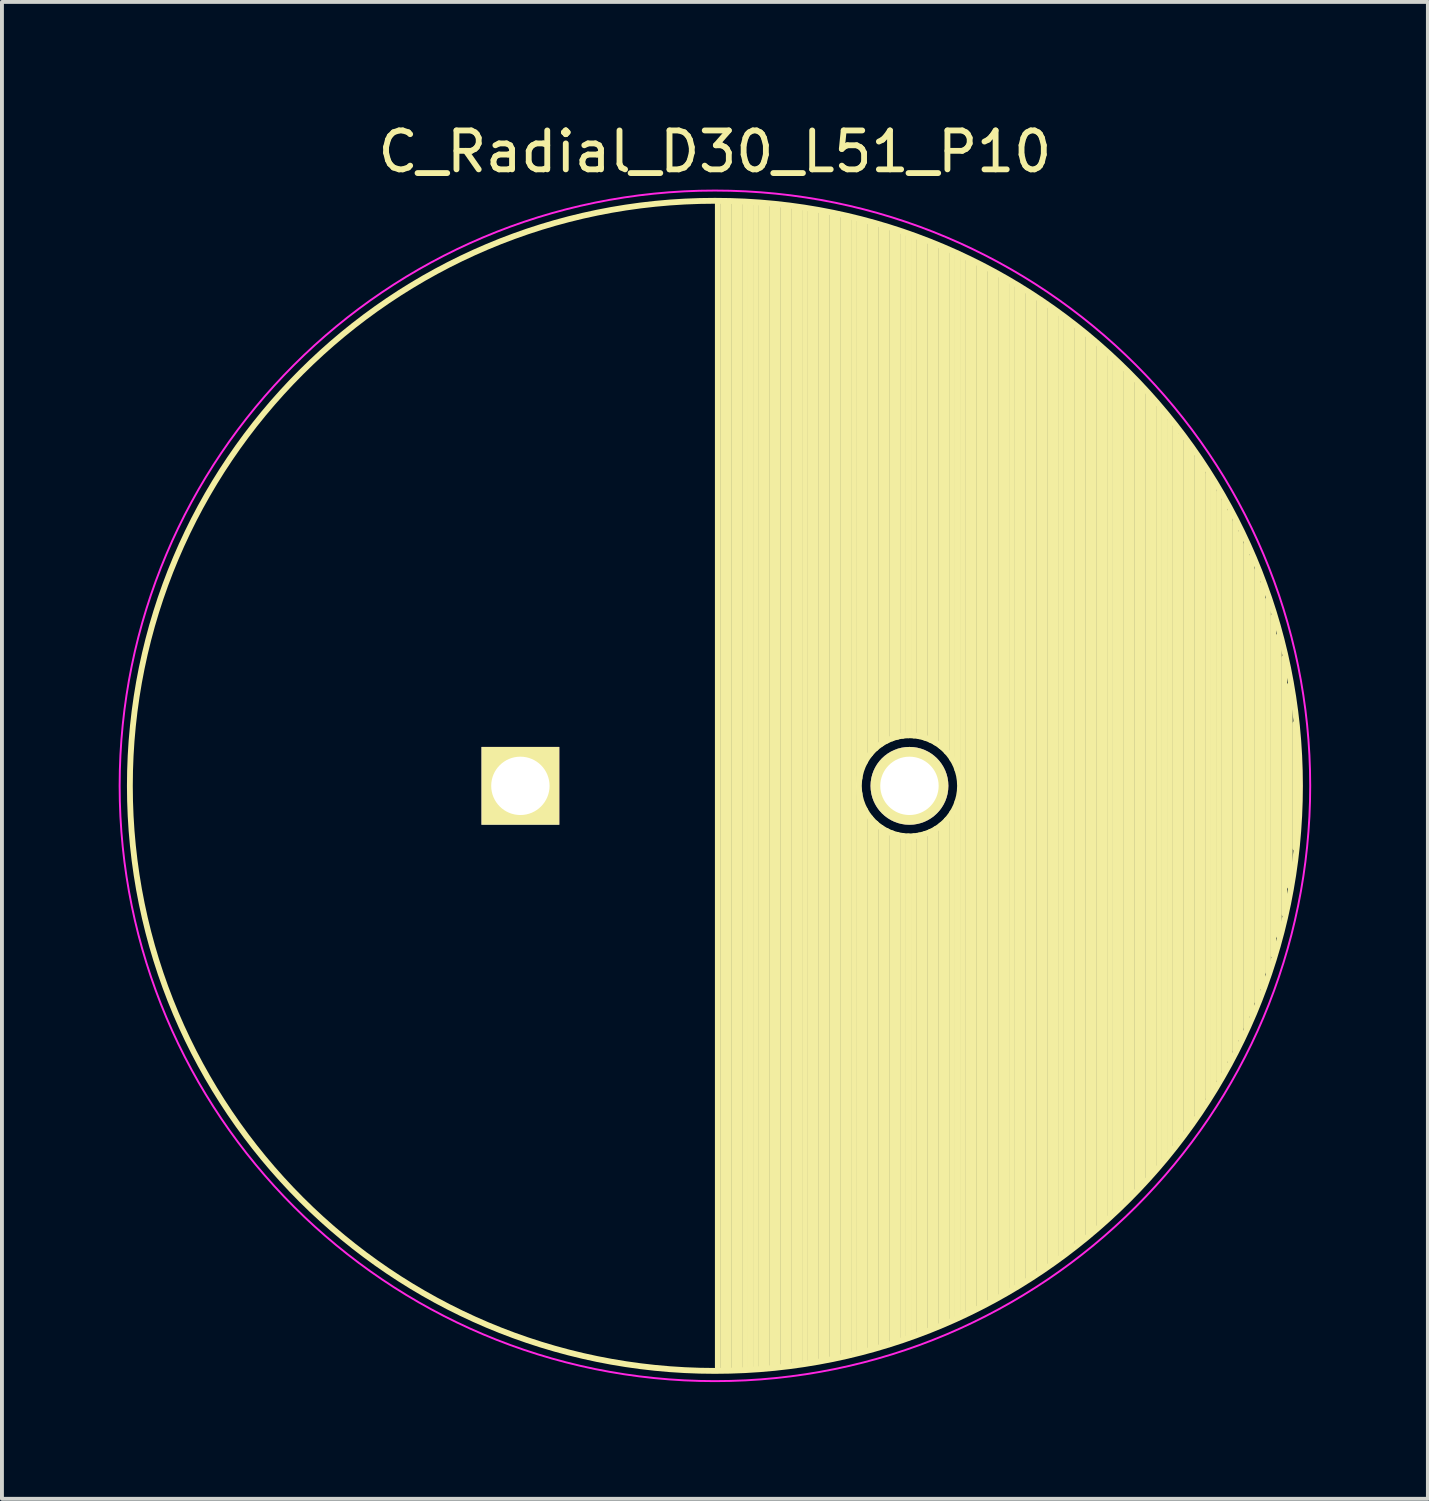
<source format=kicad_pcb>
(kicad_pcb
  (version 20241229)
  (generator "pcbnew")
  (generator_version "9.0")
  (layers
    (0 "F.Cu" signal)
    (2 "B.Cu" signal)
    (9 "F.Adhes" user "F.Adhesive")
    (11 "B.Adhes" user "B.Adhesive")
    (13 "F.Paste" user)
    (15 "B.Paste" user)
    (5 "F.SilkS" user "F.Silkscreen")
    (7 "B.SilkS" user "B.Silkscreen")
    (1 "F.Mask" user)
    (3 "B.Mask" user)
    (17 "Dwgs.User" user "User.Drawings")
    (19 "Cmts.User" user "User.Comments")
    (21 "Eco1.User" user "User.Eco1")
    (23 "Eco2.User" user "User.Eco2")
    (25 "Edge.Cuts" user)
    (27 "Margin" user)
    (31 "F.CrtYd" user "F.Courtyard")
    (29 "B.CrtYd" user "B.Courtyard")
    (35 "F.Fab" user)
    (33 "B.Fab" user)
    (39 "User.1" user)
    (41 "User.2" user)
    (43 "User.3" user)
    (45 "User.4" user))
  (footprint "C_Radial_D30_L51_P10"
    (layer "F.Cu")
    (at 10.325 17.148)
    (property "Reference" "C_Radial_D30_L51_P10" (at 5 -16.3 0) (layer "F.SilkS") (effects (font (size 1 1) (thickness 0.15))))
    (attr through_hole)
    (fp_line (start 5.075 -15) (end 5.075 15) (stroke (width 0.15) (type solid)) (layer "F.SilkS"))
    (fp_line (start 5.215 -14.998) (end 5.215 14.998) (stroke (width 0.15) (type solid)) (layer "F.SilkS"))
    (fp_line (start 5.355 -14.996) (end 5.355 14.996) (stroke (width 0.15) (type solid)) (layer "F.SilkS"))
    (fp_line (start 5.495 -14.992) (end 5.495 14.992) (stroke (width 0.15) (type solid)) (layer "F.SilkS"))
    (fp_line (start 5.635 -14.987) (end 5.635 14.987) (stroke (width 0.15) (type solid)) (layer "F.SilkS"))
    (fp_line (start 5.775 -14.98) (end 5.775 14.98) (stroke (width 0.15) (type solid)) (layer "F.SilkS"))
    (fp_line (start 5.915 -14.972) (end 5.915 14.972) (stroke (width 0.15) (type solid)) (layer "F.SilkS"))
    (fp_line (start 6.055 -14.963) (end 6.055 14.963) (stroke (width 0.15) (type solid)) (layer "F.SilkS"))
    (fp_line (start 6.195 -14.952) (end 6.195 14.952) (stroke (width 0.15) (type solid)) (layer "F.SilkS"))
    (fp_line (start 6.335 -14.94) (end 6.335 14.94) (stroke (width 0.15) (type solid)) (layer "F.SilkS"))
    (fp_line (start 6.475 -14.927) (end 6.475 14.927) (stroke (width 0.15) (type solid)) (layer "F.SilkS"))
    (fp_line (start 6.615 -14.913) (end 6.615 14.913) (stroke (width 0.15) (type solid)) (layer "F.SilkS"))
    (fp_line (start 6.755 -14.897) (end 6.755 14.897) (stroke (width 0.15) (type solid)) (layer "F.SilkS"))
    (fp_line (start 6.895 -14.88) (end 6.895 14.88) (stroke (width 0.15) (type solid)) (layer "F.SilkS"))
    (fp_line (start 7.035 -14.861) (end 7.035 14.861) (stroke (width 0.15) (type solid)) (layer "F.SilkS"))
    (fp_line (start 7.175 -14.841) (end 7.175 14.841) (stroke (width 0.15) (type solid)) (layer "F.SilkS"))
    (fp_line (start 7.315 -14.82) (end 7.315 14.82) (stroke (width 0.15) (type solid)) (layer "F.SilkS"))
    (fp_line (start 7.455 -14.798) (end 7.455 14.798) (stroke (width 0.15) (type solid)) (layer "F.SilkS"))
    (fp_line (start 7.595 -14.774) (end 7.595 14.774) (stroke (width 0.15) (type solid)) (layer "F.SilkS"))
    (fp_line (start 7.735 -14.749) (end 7.735 14.749) (stroke (width 0.15) (type solid)) (layer "F.SilkS"))
    (fp_line (start 7.875 -14.722) (end 7.875 14.722) (stroke (width 0.15) (type solid)) (layer "F.SilkS"))
    (fp_line (start 8.015 -14.694) (end 8.015 14.694) (stroke (width 0.15) (type solid)) (layer "F.SilkS"))
    (fp_line (start 8.155 -14.664) (end 8.155 14.664) (stroke (width 0.15) (type solid)) (layer "F.SilkS"))
    (fp_line (start 8.295 -14.634) (end 8.295 14.634) (stroke (width 0.15) (type solid)) (layer "F.SilkS"))
    (fp_line (start 8.435 -14.601) (end 8.435 14.601) (stroke (width 0.15) (type solid)) (layer "F.SilkS"))
    (fp_line (start 8.575 -14.568) (end 8.575 14.568) (stroke (width 0.15) (type solid)) (layer "F.SilkS"))
    (fp_line (start 8.715 -14.533) (end 8.715 -0.197) (stroke (width 0.15) (type solid)) (layer "F.SilkS"))
    (fp_line (start 8.715 0.197) (end 8.715 14.533) (stroke (width 0.15) (type solid)) (layer "F.SilkS"))
    (fp_line (start 8.855 -14.496) (end 8.855 -0.616) (stroke (width 0.15) (type solid)) (layer "F.SilkS"))
    (fp_line (start 8.855 0.616) (end 8.855 14.496) (stroke (width 0.15) (type solid)) (layer "F.SilkS"))
    (fp_line (start 8.995 -14.458) (end 8.995 -0.825) (stroke (width 0.15) (type solid)) (layer "F.SilkS"))
    (fp_line (start 8.995 0.825) (end 8.995 14.458) (stroke (width 0.15) (type solid)) (layer "F.SilkS"))
    (fp_line (start 9.135 -14.419) (end 9.135 -0.97) (stroke (width 0.15) (type solid)) (layer "F.SilkS"))
    (fp_line (start 9.135 0.97) (end 9.135 14.419) (stroke (width 0.15) (type solid)) (layer "F.SilkS"))
    (fp_line (start 9.275 -14.378) (end 9.275 -1.079) (stroke (width 0.15) (type solid)) (layer "F.SilkS"))
    (fp_line (start 9.275 1.079) (end 9.275 14.378) (stroke (width 0.15) (type solid)) (layer "F.SilkS"))
    (fp_line (start 9.415 -14.336) (end 9.415 -1.161) (stroke (width 0.15) (type solid)) (layer "F.SilkS"))
    (fp_line (start 9.415 1.161) (end 9.415 14.336) (stroke (width 0.15) (type solid)) (layer "F.SilkS"))
    (fp_line (start 9.555 -14.292) (end 9.555 -1.221) (stroke (width 0.15) (type solid)) (layer "F.SilkS"))
    (fp_line (start 9.555 1.221) (end 9.555 14.292) (stroke (width 0.15) (type solid)) (layer "F.SilkS"))
    (fp_line (start 9.695 -14.246) (end 9.695 -1.264) (stroke (width 0.15) (type solid)) (layer "F.SilkS"))
    (fp_line (start 9.695 1.264) (end 9.695 14.246) (stroke (width 0.15) (type solid)) (layer "F.SilkS"))
    (fp_line (start 9.835 -14.199) (end 9.835 -1.289) (stroke (width 0.15) (type solid)) (layer "F.SilkS"))
    (fp_line (start 9.835 1.289) (end 9.835 14.199) (stroke (width 0.15) (type solid)) (layer "F.SilkS"))
    (fp_line (start 9.975 -14.151) (end 9.975 -1.3) (stroke (width 0.15) (type solid)) (layer "F.SilkS"))
    (fp_line (start 9.975 1.3) (end 9.975 14.151) (stroke (width 0.15) (type solid)) (layer "F.SilkS"))
    (fp_line (start 10.115 -14.101) (end 10.115 -1.295) (stroke (width 0.15) (type solid)) (layer "F.SilkS"))
    (fp_line (start 10.115 1.295) (end 10.115 14.101) (stroke (width 0.15) (type solid)) (layer "F.SilkS"))
    (fp_line (start 10.255 -14.049) (end 10.255 -1.275) (stroke (width 0.15) (type solid)) (layer "F.SilkS"))
    (fp_line (start 10.255 1.275) (end 10.255 14.049) (stroke (width 0.15) (type solid)) (layer "F.SilkS"))
    (fp_line (start 10.395 -13.996) (end 10.395 -1.239) (stroke (width 0.15) (type solid)) (layer "F.SilkS"))
    (fp_line (start 10.395 1.239) (end 10.395 13.996) (stroke (width 0.15) (type solid)) (layer "F.SilkS"))
    (fp_line (start 10.535 -13.941) (end 10.535 -1.185) (stroke (width 0.15) (type solid)) (layer "F.SilkS"))
    (fp_line (start 10.535 1.185) (end 10.535 13.941) (stroke (width 0.15) (type solid)) (layer "F.SilkS"))
    (fp_line (start 10.675 -13.885) (end 10.675 -1.111) (stroke (width 0.15) (type solid)) (layer "F.SilkS"))
    (fp_line (start 10.675 1.111) (end 10.675 13.885) (stroke (width 0.15) (type solid)) (layer "F.SilkS"))
    (fp_line (start 10.815 -13.827) (end 10.815 -1.013) (stroke (width 0.15) (type solid)) (layer "F.SilkS"))
    (fp_line (start 10.815 1.013) (end 10.815 13.827) (stroke (width 0.15) (type solid)) (layer "F.SilkS"))
    (fp_line (start 10.955 -13.767) (end 10.955 -0.882) (stroke (width 0.15) (type solid)) (layer "F.SilkS"))
    (fp_line (start 10.955 0.882) (end 10.955 13.767) (stroke (width 0.15) (type solid)) (layer "F.SilkS"))
    (fp_line (start 11.095 -13.706) (end 11.095 -0.701) (stroke (width 0.15) (type solid)) (layer "F.SilkS"))
    (fp_line (start 11.095 0.701) (end 11.095 13.706) (stroke (width 0.15) (type solid)) (layer "F.SilkS"))
    (fp_line (start 11.235 -13.643) (end 11.235 -0.406) (stroke (width 0.15) (type solid)) (layer "F.SilkS"))
    (fp_line (start 11.235 0.406) (end 11.235 13.643) (stroke (width 0.15) (type solid)) (layer "F.SilkS"))
    (fp_line (start 11.375 -13.578) (end 11.375 13.578) (stroke (width 0.15) (type solid)) (layer "F.SilkS"))
    (fp_line (start 11.515 -13.511) (end 11.515 13.511) (stroke (width 0.15) (type solid)) (layer "F.SilkS"))
    (fp_line (start 11.655 -13.443) (end 11.655 13.443) (stroke (width 0.15) (type solid)) (layer "F.SilkS"))
    (fp_line (start 11.795 -13.373) (end 11.795 13.373) (stroke (width 0.15) (type solid)) (layer "F.SilkS"))
    (fp_line (start 11.935 -13.301) (end 11.935 13.301) (stroke (width 0.15) (type solid)) (layer "F.SilkS"))
    (fp_line (start 12.075 -13.227) (end 12.075 13.227) (stroke (width 0.15) (type solid)) (layer "F.SilkS"))
    (fp_line (start 12.215 -13.151) (end 12.215 13.151) (stroke (width 0.15) (type solid)) (layer "F.SilkS"))
    (fp_line (start 12.355 -13.073) (end 12.355 13.073) (stroke (width 0.15) (type solid)) (layer "F.SilkS"))
    (fp_line (start 12.495 -12.993) (end 12.495 12.993) (stroke (width 0.15) (type solid)) (layer "F.SilkS"))
    (fp_line (start 12.635 -12.911) (end 12.635 12.911) (stroke (width 0.15) (type solid)) (layer "F.SilkS"))
    (fp_line (start 12.775 -12.828) (end 12.775 12.828) (stroke (width 0.15) (type solid)) (layer "F.SilkS"))
    (fp_line (start 12.915 -12.742) (end 12.915 12.742) (stroke (width 0.15) (type solid)) (layer "F.SilkS"))
    (fp_line (start 13.055 -12.654) (end 13.055 12.654) (stroke (width 0.15) (type solid)) (layer "F.SilkS"))
    (fp_line (start 13.195 -12.564) (end 13.195 12.564) (stroke (width 0.15) (type solid)) (layer "F.SilkS"))
    (fp_line (start 13.335 -12.471) (end 13.335 12.471) (stroke (width 0.15) (type solid)) (layer "F.SilkS"))
    (fp_line (start 13.475 -12.376) (end 13.475 12.376) (stroke (width 0.15) (type solid)) (layer "F.SilkS"))
    (fp_line (start 13.615 -12.279) (end 13.615 12.279) (stroke (width 0.15) (type solid)) (layer "F.SilkS"))
    (fp_line (start 13.755 -12.18) (end 13.755 12.18) (stroke (width 0.15) (type solid)) (layer "F.SilkS"))
    (fp_line (start 13.895 -12.078) (end 13.895 12.078) (stroke (width 0.15) (type solid)) (layer "F.SilkS"))
    (fp_line (start 14.035 -11.974) (end 14.035 11.974) (stroke (width 0.15) (type solid)) (layer "F.SilkS"))
    (fp_line (start 14.175 -11.867) (end 14.175 11.867) (stroke (width 0.15) (type solid)) (layer "F.SilkS"))
    (fp_line (start 14.315 -11.757) (end 14.315 11.757) (stroke (width 0.15) (type solid)) (layer "F.SilkS"))
    (fp_line (start 14.455 -11.645) (end 14.455 11.645) (stroke (width 0.15) (type solid)) (layer "F.SilkS"))
    (fp_line (start 14.595 -11.53) (end 14.595 11.53) (stroke (width 0.15) (type solid)) (layer "F.SilkS"))
    (fp_line (start 14.735 -11.412) (end 14.735 11.412) (stroke (width 0.15) (type solid)) (layer "F.SilkS"))
    (fp_line (start 14.875 -11.291) (end 14.875 11.291) (stroke (width 0.15) (type solid)) (layer "F.SilkS"))
    (fp_line (start 15.015 -11.167) (end 15.015 11.167) (stroke (width 0.15) (type solid)) (layer "F.SilkS"))
    (fp_line (start 15.155 -11.04) (end 15.155 11.04) (stroke (width 0.15) (type solid)) (layer "F.SilkS"))
    (fp_line (start 15.295 -10.909) (end 15.295 10.909) (stroke (width 0.15) (type solid)) (layer "F.SilkS"))
    (fp_line (start 15.435 -10.775) (end 15.435 10.775) (stroke (width 0.15) (type solid)) (layer "F.SilkS"))
    (fp_line (start 15.575 -10.638) (end 15.575 10.638) (stroke (width 0.15) (type solid)) (layer "F.SilkS"))
    (fp_line (start 15.715 -10.497) (end 15.715 10.497) (stroke (width 0.15) (type solid)) (layer "F.SilkS"))
    (fp_line (start 15.855 -10.352) (end 15.855 10.352) (stroke (width 0.15) (type solid)) (layer "F.SilkS"))
    (fp_line (start 15.995 -10.203) (end 15.995 10.203) (stroke (width 0.15) (type solid)) (layer "F.SilkS"))
    (fp_line (start 16.135 -10.05) (end 16.135 10.05) (stroke (width 0.15) (type solid)) (layer "F.SilkS"))
    (fp_line (start 16.275 -9.893) (end 16.275 9.893) (stroke (width 0.15) (type solid)) (layer "F.SilkS"))
    (fp_line (start 16.415 -9.731) (end 16.415 9.731) (stroke (width 0.15) (type solid)) (layer "F.SilkS"))
    (fp_line (start 16.555 -9.565) (end 16.555 9.565) (stroke (width 0.15) (type solid)) (layer "F.SilkS"))
    (fp_line (start 16.695 -9.393) (end 16.695 9.393) (stroke (width 0.15) (type solid)) (layer "F.SilkS"))
    (fp_line (start 16.835 -9.216) (end 16.835 9.216) (stroke (width 0.15) (type solid)) (layer "F.SilkS"))
    (fp_line (start 16.975 -9.033) (end 16.975 9.033) (stroke (width 0.15) (type solid)) (layer "F.SilkS"))
    (fp_line (start 17.115 -8.845) (end 17.115 8.845) (stroke (width 0.15) (type solid)) (layer "F.SilkS"))
    (fp_line (start 17.255 -8.65) (end 17.255 8.65) (stroke (width 0.15) (type solid)) (layer "F.SilkS"))
    (fp_line (start 17.395 -8.448) (end 17.395 8.448) (stroke (width 0.15) (type solid)) (layer "F.SilkS"))
    (fp_line (start 17.535 -8.239) (end 17.535 8.239) (stroke (width 0.15) (type solid)) (layer "F.SilkS"))
    (fp_line (start 17.675 -8.021) (end 17.675 8.021) (stroke (width 0.15) (type solid)) (layer "F.SilkS"))
    (fp_line (start 17.815 -7.796) (end 17.815 7.796) (stroke (width 0.15) (type solid)) (layer "F.SilkS"))
    (fp_line (start 17.955 -7.561) (end 17.955 7.561) (stroke (width 0.15) (type solid)) (layer "F.SilkS"))
    (fp_line (start 18.095 -7.316) (end 18.095 7.316) (stroke (width 0.15) (type solid)) (layer "F.SilkS"))
    (fp_line (start 18.235 -7.059) (end 18.235 7.059) (stroke (width 0.15) (type solid)) (layer "F.SilkS"))
    (fp_line (start 18.375 -6.79) (end 18.375 6.79) (stroke (width 0.15) (type solid)) (layer "F.SilkS"))
    (fp_line (start 18.515 -6.507) (end 18.515 6.507) (stroke (width 0.15) (type solid)) (layer "F.SilkS"))
    (fp_line (start 18.655 -6.208) (end 18.655 6.208) (stroke (width 0.15) (type solid)) (layer "F.SilkS"))
    (fp_line (start 18.795 -5.89) (end 18.795 5.89) (stroke (width 0.15) (type solid)) (layer "F.SilkS"))
    (fp_line (start 18.935 -5.551) (end 18.935 5.551) (stroke (width 0.15) (type solid)) (layer "F.SilkS"))
    (fp_line (start 19.075 -5.186) (end 19.075 5.186) (stroke (width 0.15) (type solid)) (layer "F.SilkS"))
    (fp_line (start 19.215 -4.789) (end 19.215 4.789) (stroke (width 0.15) (type solid)) (layer "F.SilkS"))
    (fp_line (start 19.355 -4.351) (end 19.355 4.351) (stroke (width 0.15) (type solid)) (layer "F.SilkS"))
    (fp_line (start 19.495 -3.859) (end 19.495 3.859) (stroke (width 0.15) (type solid)) (layer "F.SilkS"))
    (fp_line (start 19.635 -3.289) (end 19.635 3.289) (stroke (width 0.15) (type solid)) (layer "F.SilkS"))
    (fp_line (start 19.775 -2.588) (end 19.775 2.588) (stroke (width 0.15) (type solid)) (layer "F.SilkS"))
    (fp_line (start 19.915 -1.595) (end 19.915 1.595) (stroke (width 0.15) (type solid)) (layer "F.SilkS"))
    (fp_circle (center 5 0) (end 5 -15.037) (stroke (width 0.15) (type solid)) (fill no) (layer "F.SilkS"))
    (fp_circle (center 10 0) (end 10 -1.3) (stroke (width 0.15) (type solid)) (fill no) (layer "F.SilkS"))
    (fp_circle (center 5 0) (end 5 -15.3) (stroke (width 0.05) (type solid)) (fill no) (layer "F.CrtYd"))
    (pad "1" thru_hole rect (at 0 0) (size 2 2) (drill 1.5) (layers "*.Cu" "*.Mask" "F.SilkS"))
    (pad "2" thru_hole circle (at 10 0) (size 2 2) (drill 1.5) (layers "*.Cu" "*.Mask" "F.SilkS")))
  (gr_rect
    (start -3 -3)
    (end 33.65 35.473)
    (stroke (width 0.1) (type default))
    (fill no)
    (layer "Edge.Cuts")))
</source>
